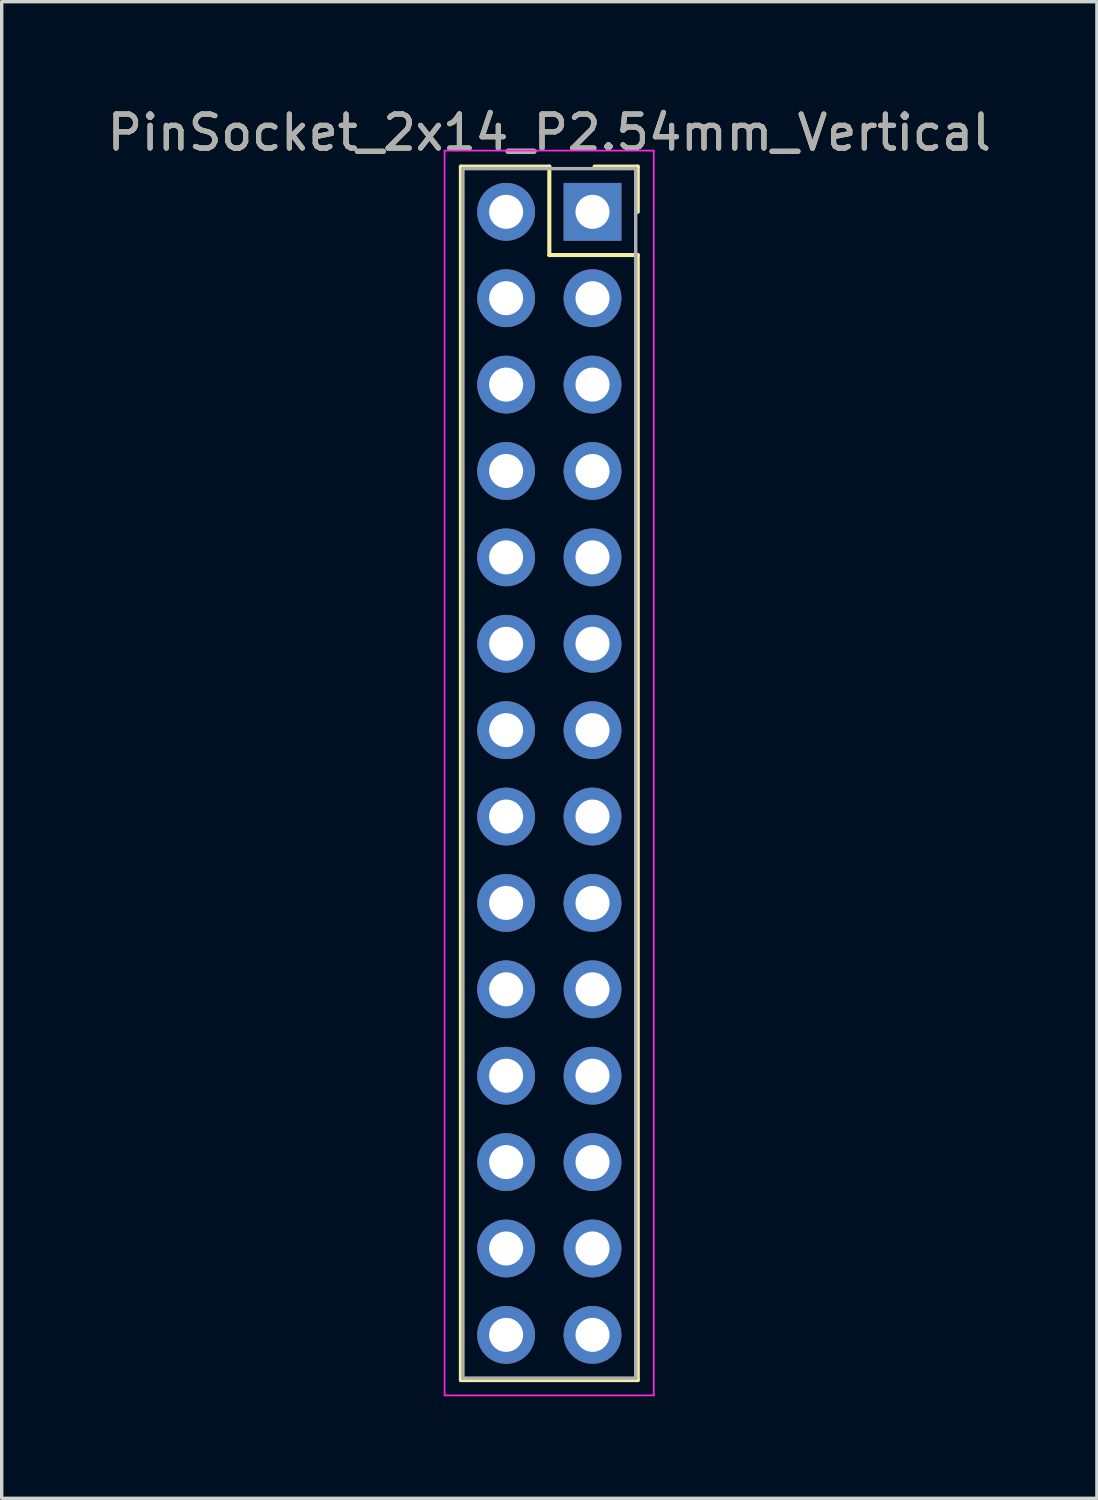
<source format=kicad_pcb>
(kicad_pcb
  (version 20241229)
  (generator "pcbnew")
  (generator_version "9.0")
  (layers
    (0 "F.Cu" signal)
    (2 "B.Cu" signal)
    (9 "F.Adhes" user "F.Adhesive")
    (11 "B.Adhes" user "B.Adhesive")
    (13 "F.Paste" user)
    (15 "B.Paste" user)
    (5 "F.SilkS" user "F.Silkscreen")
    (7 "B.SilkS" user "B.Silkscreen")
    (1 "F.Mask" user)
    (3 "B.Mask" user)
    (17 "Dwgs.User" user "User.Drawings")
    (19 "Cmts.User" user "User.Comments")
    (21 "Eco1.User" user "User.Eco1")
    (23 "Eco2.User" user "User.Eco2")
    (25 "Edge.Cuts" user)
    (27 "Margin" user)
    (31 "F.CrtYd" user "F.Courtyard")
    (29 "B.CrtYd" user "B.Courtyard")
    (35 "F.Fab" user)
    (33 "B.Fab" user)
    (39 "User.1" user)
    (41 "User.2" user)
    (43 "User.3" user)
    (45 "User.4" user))
  (footprint "PinSocket_2x14_P2.54mm_Vertical"
    (layer "F.Cu")
    (at 14.371 3.178)
    (property "Reference" "PinSocket_2x14_P2.54mm_Vertical" (at -1.27 -2.33 0) (layer "F.SilkS") (effects (font (size 1 1) (thickness 0.15))))
    (attr through_hole)
    (fp_line (start -3.87 -1.33) (end -1.27 -1.33) (stroke (width 0.12) (type solid)) (layer "F.SilkS"))
    (fp_line (start -3.87 34.35) (end -3.87 -1.33) (stroke (width 0.12) (type solid)) (layer "F.SilkS"))
    (fp_line (start -1.27 -1.33) (end -1.27 1.27) (stroke (width 0.12) (type solid)) (layer "F.SilkS"))
    (fp_line (start -1.27 1.27) (end 1.33 1.27) (stroke (width 0.12) (type solid)) (layer "F.SilkS"))
    (fp_line (start 1.33 -1.33) (end 0.06 -1.33) (stroke (width 0.12) (type solid)) (layer "F.SilkS"))
    (fp_line (start 1.33 0) (end 1.33 -1.33) (stroke (width 0.12) (type solid)) (layer "F.SilkS"))
    (fp_line (start 1.33 1.27) (end 1.33 34.35) (stroke (width 0.12) (type solid)) (layer "F.SilkS"))
    (fp_line (start 1.33 34.35) (end -3.87 34.35) (stroke (width 0.12) (type solid)) (layer "F.SilkS"))
    (fp_line (start -4.35 -1.8) (end -4.35 34.8) (stroke (width 0.05) (type solid)) (layer "F.CrtYd"))
    (fp_line (start -4.35 34.8) (end 1.8 34.8) (stroke (width 0.05) (type solid)) (layer "F.CrtYd"))
    (fp_line (start 1.8 -1.8) (end -4.35 -1.8) (stroke (width 0.05) (type solid)) (layer "F.CrtYd"))
    (fp_line (start 1.8 34.8) (end 1.8 -1.8) (stroke (width 0.05) (type solid)) (layer "F.CrtYd"))
    (fp_line (start -3.81 -1.27) (end -3.81 34.29) (stroke (width 0.1) (type solid)) (layer "F.Fab"))
    (fp_line (start -3.81 34.29) (end 1.27 34.29) (stroke (width 0.1) (type solid)) (layer "F.Fab"))
    (fp_line (start 1.27 -1.27) (end -3.81 -1.27) (stroke (width 0.1) (type solid)) (layer "F.Fab"))
    (fp_line (start 1.27 34.29) (end 1.27 -1.27) (stroke (width 0.1) (type solid)) (layer "F.Fab"))
    (fp_text user "${REFERENCE}" (at -1.27 -2.33 0) (layer "F.Fab") (effects (font (size 1 1) (thickness 0.15))))
    (pad "1" thru_hole rect (at 0 0) (size 1.7 1.7) (drill 1) (layers "*.Cu" "*.Mask"))
    (pad "2" thru_hole oval (at -2.54 0) (size 1.7 1.7) (drill 1) (layers "*.Cu" "*.Mask"))
    (pad "3" thru_hole oval (at 0 2.54) (size 1.7 1.7) (drill 1) (layers "*.Cu" "*.Mask"))
    (pad "4" thru_hole oval (at -2.54 2.54) (size 1.7 1.7) (drill 1) (layers "*.Cu" "*.Mask"))
    (pad "5" thru_hole oval (at 0 5.08) (size 1.7 1.7) (drill 1) (layers "*.Cu" "*.Mask"))
    (pad "6" thru_hole oval (at -2.54 5.08) (size 1.7 1.7) (drill 1) (layers "*.Cu" "*.Mask"))
    (pad "7" thru_hole oval (at 0 7.62) (size 1.7 1.7) (drill 1) (layers "*.Cu" "*.Mask"))
    (pad "8" thru_hole oval (at -2.54 7.62) (size 1.7 1.7) (drill 1) (layers "*.Cu" "*.Mask"))
    (pad "9" thru_hole oval (at 0 10.16) (size 1.7 1.7) (drill 1) (layers "*.Cu" "*.Mask"))
    (pad "10" thru_hole oval (at -2.54 10.16) (size 1.7 1.7) (drill 1) (layers "*.Cu" "*.Mask"))
    (pad "11" thru_hole oval (at 0 12.7) (size 1.7 1.7) (drill 1) (layers "*.Cu" "*.Mask"))
    (pad "12" thru_hole oval (at -2.54 12.7) (size 1.7 1.7) (drill 1) (layers "*.Cu" "*.Mask"))
    (pad "13" thru_hole oval (at 0 15.24) (size 1.7 1.7) (drill 1) (layers "*.Cu" "*.Mask"))
    (pad "14" thru_hole oval (at -2.54 15.24) (size 1.7 1.7) (drill 1) (layers "*.Cu" "*.Mask"))
    (pad "15" thru_hole oval (at 0 17.78) (size 1.7 1.7) (drill 1) (layers "*.Cu" "*.Mask"))
    (pad "16" thru_hole oval (at -2.54 17.78) (size 1.7 1.7) (drill 1) (layers "*.Cu" "*.Mask"))
    (pad "17" thru_hole oval (at 0 20.32) (size 1.7 1.7) (drill 1) (layers "*.Cu" "*.Mask"))
    (pad "18" thru_hole oval (at -2.54 20.32) (size 1.7 1.7) (drill 1) (layers "*.Cu" "*.Mask"))
    (pad "19" thru_hole oval (at 0 22.86) (size 1.7 1.7) (drill 1) (layers "*.Cu" "*.Mask"))
    (pad "20" thru_hole oval (at -2.54 22.86) (size 1.7 1.7) (drill 1) (layers "*.Cu" "*.Mask"))
    (pad "21" thru_hole oval (at 0 25.4) (size 1.7 1.7) (drill 1) (layers "*.Cu" "*.Mask"))
    (pad "22" thru_hole oval (at -2.54 25.4) (size 1.7 1.7) (drill 1) (layers "*.Cu" "*.Mask"))
    (pad "23" thru_hole oval (at 0 27.94) (size 1.7 1.7) (drill 1) (layers "*.Cu" "*.Mask"))
    (pad "24" thru_hole oval (at -2.54 27.94) (size 1.7 1.7) (drill 1) (layers "*.Cu" "*.Mask"))
    (pad "25" thru_hole oval (at 0 30.48) (size 1.7 1.7) (drill 1) (layers "*.Cu" "*.Mask"))
    (pad "26" thru_hole oval (at -2.54 30.48) (size 1.7 1.7) (drill 1) (layers "*.Cu" "*.Mask"))
    (pad "27" thru_hole oval (at 0 33.02) (size 1.7 1.7) (drill 1) (layers "*.Cu" "*.Mask"))
    (pad "28" thru_hole oval (at -2.54 33.02) (size 1.7 1.7) (drill 1) (layers "*.Cu" "*.Mask")))
  (gr_rect
    (start -3 -3)
    (end 29.202 41.003)
    (stroke (width 0.1) (type default))
    (fill no)
    (layer "Edge.Cuts")))
</source>
